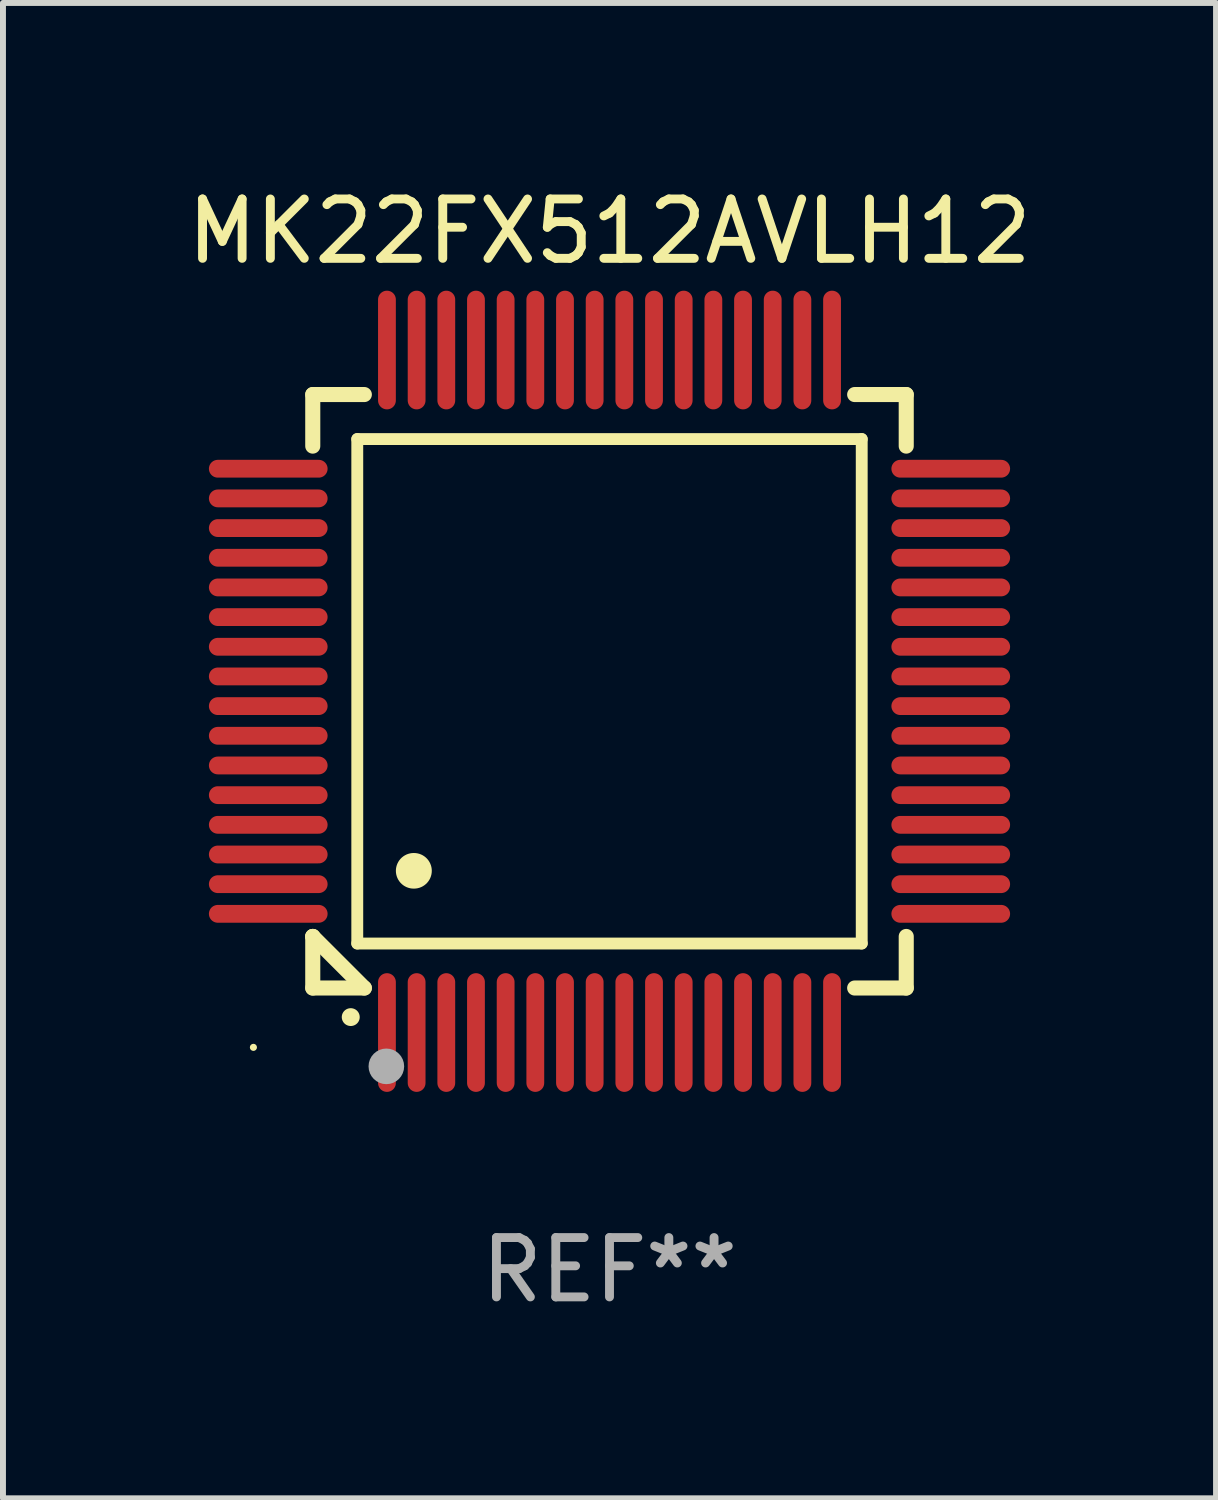
<source format=kicad_pcb>
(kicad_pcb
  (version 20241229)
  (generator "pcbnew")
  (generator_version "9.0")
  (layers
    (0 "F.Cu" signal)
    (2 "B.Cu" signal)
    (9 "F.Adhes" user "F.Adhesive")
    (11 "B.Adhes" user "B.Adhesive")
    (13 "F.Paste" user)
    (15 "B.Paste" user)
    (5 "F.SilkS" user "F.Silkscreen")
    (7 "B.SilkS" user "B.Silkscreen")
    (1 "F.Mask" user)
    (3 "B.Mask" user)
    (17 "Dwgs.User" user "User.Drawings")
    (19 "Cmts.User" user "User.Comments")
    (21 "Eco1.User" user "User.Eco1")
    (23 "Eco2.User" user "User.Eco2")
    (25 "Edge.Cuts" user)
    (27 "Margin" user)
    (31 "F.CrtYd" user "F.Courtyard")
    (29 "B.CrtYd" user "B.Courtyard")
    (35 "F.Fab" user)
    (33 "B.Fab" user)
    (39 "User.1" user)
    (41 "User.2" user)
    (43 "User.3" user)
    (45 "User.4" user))
  (footprint "MK22FX512AVLH12"
    (layer "F.Cu")
    (at 7.22 8.598)
    (property "Reference" "MK22FX512AVLH12" (at 0 -7.75 0) (layer "F.SilkS") (effects (font (size 1 1) (thickness 0.15))))
    (attr through_hole)
    (fp_line (start -5 -5) (end -4.131 -5) (stroke (width 0.254) (type solid)) (layer "F.SilkS"))
    (fp_line (start -5 -4.131) (end -5 -5) (stroke (width 0.254) (type solid)) (layer "F.SilkS"))
    (fp_line (start -5 4.131) (end -5 4.131) (stroke (width 0.254) (type solid)) (layer "F.SilkS"))
    (fp_line (start -5 5) (end -5 4.131) (stroke (width 0.254) (type solid)) (layer "F.SilkS"))
    (fp_line (start -5 4.131) (end -4.131 5) (stroke (width 0.254) (type solid)) (layer "F.SilkS"))
    (fp_line (start -4.25 -4.25) (end -4.25 4.25) (stroke (width 0.2) (type solid)) (layer "F.SilkS"))
    (fp_line (start -4.25 4.25) (end 4.25 4.25) (stroke (width 0.2) (type solid)) (layer "F.SilkS"))
    (fp_line (start -4.131 5) (end -5 5) (stroke (width 0.254) (type solid)) (layer "F.SilkS"))
    (fp_line (start 4.25 -4.25) (end -4.25 -4.25) (stroke (width 0.2) (type solid)) (layer "F.SilkS"))
    (fp_line (start 4.25 4.25) (end 4.25 -4.25) (stroke (width 0.2) (type solid)) (layer "F.SilkS"))
    (fp_line (start 5 -5) (end 4.131 -5) (stroke (width 0.254) (type solid)) (layer "F.SilkS"))
    (fp_line (start 5 -5) (end 5 -4.131) (stroke (width 0.254) (type solid)) (layer "F.SilkS"))
    (fp_line (start 5 4.131) (end 5 5) (stroke (width 0.254) (type solid)) (layer "F.SilkS"))
    (fp_line (start 5 5) (end 4.131 5) (stroke (width 0.254) (type solid)) (layer "F.SilkS"))
    (fp_arc (start -4.361265 5.489992) (mid -4.359995 5.489987) (end -4.358725 5.489992) (stroke (width 0.3) (type solid)) (layer "F.SilkS"))
    (fp_arc (start -3.299467 3.025146) (mid -3.296927 3.025135) (end -3.294387 3.025146) (stroke (width 0.6) (type solid)) (layer "F.SilkS"))
    (fp_circle (center -6 6) (end -5.97 6) (stroke (width 0.06) (type solid)) (fill no) (layer "F.SilkS"))
    (fp_circle (center -3.76 6.32) (end -3.61 6.32) (stroke (width 0.3) (type solid)) (fill no) (layer "F.Fab"))
    (fp_text user "REF**" (at 0 9.75 0) (layer "F.Fab") (effects (font (size 1 1) (thickness 0.15))))
    (pad "1" smd oval (at -3.75 5.75) (size 0.3 2) (layers "F.Cu" "F.Mask" "F.Paste"))
    (pad "2" smd oval (at -3.25 5.75) (size 0.3 2) (layers "F.Cu" "F.Mask" "F.Paste"))
    (pad "3" smd oval (at -2.75 5.75) (size 0.3 2) (layers "F.Cu" "F.Mask" "F.Paste"))
    (pad "4" smd oval (at -2.25 5.75) (size 0.3 2) (layers "F.Cu" "F.Mask" "F.Paste"))
    (pad "5" smd oval (at -1.75 5.75) (size 0.3 2) (layers "F.Cu" "F.Mask" "F.Paste"))
    (pad "6" smd oval (at -1.25 5.75) (size 0.3 2) (layers "F.Cu" "F.Mask" "F.Paste"))
    (pad "7" smd oval (at -0.75 5.75) (size 0.3 2) (layers "F.Cu" "F.Mask" "F.Paste"))
    (pad "8" smd oval (at -0.25 5.75) (size 0.3 2) (layers "F.Cu" "F.Mask" "F.Paste"))
    (pad "9" smd oval (at 0.25 5.75) (size 0.3 2) (layers "F.Cu" "F.Mask" "F.Paste"))
    (pad "10" smd oval (at 0.75 5.75) (size 0.3 2) (layers "F.Cu" "F.Mask" "F.Paste"))
    (pad "11" smd oval (at 1.25 5.75) (size 0.3 2) (layers "F.Cu" "F.Mask" "F.Paste"))
    (pad "12" smd oval (at 1.75 5.75) (size 0.3 2) (layers "F.Cu" "F.Mask" "F.Paste"))
    (pad "13" smd oval (at 2.25 5.75) (size 0.3 2) (layers "F.Cu" "F.Mask" "F.Paste"))
    (pad "14" smd oval (at 2.75 5.75) (size 0.3 2) (layers "F.Cu" "F.Mask" "F.Paste"))
    (pad "15" smd oval (at 3.25 5.75) (size 0.3 2) (layers "F.Cu" "F.Mask" "F.Paste"))
    (pad "16" smd oval (at 3.75 5.75) (size 0.3 2) (layers "F.Cu" "F.Mask" "F.Paste"))
    (pad "17" smd oval (at 5.75 3.75) (size 2 0.3) (layers "F.Cu" "F.Mask" "F.Paste"))
    (pad "18" smd oval (at 5.75 3.25) (size 2 0.3) (layers "F.Cu" "F.Mask" "F.Paste"))
    (pad "19" smd oval (at 5.75 2.75) (size 2 0.3) (layers "F.Cu" "F.Mask" "F.Paste"))
    (pad "20" smd oval (at 5.75 2.25) (size 2 0.3) (layers "F.Cu" "F.Mask" "F.Paste"))
    (pad "21" smd oval (at 5.75 1.75) (size 2 0.3) (layers "F.Cu" "F.Mask" "F.Paste"))
    (pad "22" smd oval (at 5.75 1.25) (size 2 0.3) (layers "F.Cu" "F.Mask" "F.Paste"))
    (pad "23" smd oval (at 5.75 0.75) (size 2 0.3) (layers "F.Cu" "F.Mask" "F.Paste"))
    (pad "24" smd oval (at 5.75 0.25) (size 2 0.3) (layers "F.Cu" "F.Mask" "F.Paste"))
    (pad "25" smd oval (at 5.75 -0.25) (size 2 0.3) (layers "F.Cu" "F.Mask" "F.Paste"))
    (pad "26" smd oval (at 5.75 -0.75) (size 2 0.3) (layers "F.Cu" "F.Mask" "F.Paste"))
    (pad "27" smd oval (at 5.75 -1.25) (size 2 0.3) (layers "F.Cu" "F.Mask" "F.Paste"))
    (pad "28" smd oval (at 5.75 -1.75) (size 2 0.3) (layers "F.Cu" "F.Mask" "F.Paste"))
    (pad "29" smd oval (at 5.75 -2.25) (size 2 0.3) (layers "F.Cu" "F.Mask" "F.Paste"))
    (pad "30" smd oval (at 5.75 -2.75) (size 2 0.3) (layers "F.Cu" "F.Mask" "F.Paste"))
    (pad "31" smd oval (at 5.75 -3.25) (size 2 0.3) (layers "F.Cu" "F.Mask" "F.Paste"))
    (pad "32" smd oval (at 5.75 -3.75) (size 2 0.3) (layers "F.Cu" "F.Mask" "F.Paste"))
    (pad "33" smd oval (at 3.75 -5.75) (size 0.3 2) (layers "F.Cu" "F.Mask" "F.Paste"))
    (pad "34" smd oval (at 3.25 -5.75) (size 0.3 2) (layers "F.Cu" "F.Mask" "F.Paste"))
    (pad "35" smd oval (at 2.75 -5.75) (size 0.3 2) (layers "F.Cu" "F.Mask" "F.Paste"))
    (pad "36" smd oval (at 2.25 -5.75) (size 0.3 2) (layers "F.Cu" "F.Mask" "F.Paste"))
    (pad "37" smd oval (at 1.75 -5.75) (size 0.3 2) (layers "F.Cu" "F.Mask" "F.Paste"))
    (pad "38" smd oval (at 1.25 -5.75) (size 0.3 2) (layers "F.Cu" "F.Mask" "F.Paste"))
    (pad "39" smd oval (at 0.75 -5.75) (size 0.3 2) (layers "F.Cu" "F.Mask" "F.Paste"))
    (pad "40" smd oval (at 0.25 -5.75) (size 0.3 2) (layers "F.Cu" "F.Mask" "F.Paste"))
    (pad "41" smd oval (at -0.25 -5.75) (size 0.3 2) (layers "F.Cu" "F.Mask" "F.Paste"))
    (pad "42" smd oval (at -0.75 -5.75) (size 0.3 2) (layers "F.Cu" "F.Mask" "F.Paste"))
    (pad "43" smd oval (at -1.25 -5.75) (size 0.3 2) (layers "F.Cu" "F.Mask" "F.Paste"))
    (pad "44" smd oval (at -1.75 -5.75) (size 0.3 2) (layers "F.Cu" "F.Mask" "F.Paste"))
    (pad "45" smd oval (at -2.25 -5.75) (size 0.3 2) (layers "F.Cu" "F.Mask" "F.Paste"))
    (pad "46" smd oval (at -2.75 -5.75) (size 0.3 2) (layers "F.Cu" "F.Mask" "F.Paste"))
    (pad "47" smd oval (at -3.25 -5.75) (size 0.3 2) (layers "F.Cu" "F.Mask" "F.Paste"))
    (pad "48" smd oval (at -3.75 -5.75) (size 0.3 2) (layers "F.Cu" "F.Mask" "F.Paste"))
    (pad "49" smd oval (at -5.75 -3.75) (size 2 0.3) (layers "F.Cu" "F.Mask" "F.Paste"))
    (pad "50" smd oval (at -5.75 -3.25) (size 2 0.3) (layers "F.Cu" "F.Mask" "F.Paste"))
    (pad "51" smd oval (at -5.75 -2.75) (size 2 0.3) (layers "F.Cu" "F.Mask" "F.Paste"))
    (pad "52" smd oval (at -5.75 -2.25) (size 2 0.3) (layers "F.Cu" "F.Mask" "F.Paste"))
    (pad "53" smd oval (at -5.75 -1.75) (size 2 0.3) (layers "F.Cu" "F.Mask" "F.Paste"))
    (pad "54" smd oval (at -5.75 -1.25) (size 2 0.3) (layers "F.Cu" "F.Mask" "F.Paste"))
    (pad "55" smd oval (at -5.75 -0.75) (size 2 0.3) (layers "F.Cu" "F.Mask" "F.Paste"))
    (pad "56" smd oval (at -5.75 -0.25) (size 2 0.3) (layers "F.Cu" "F.Mask" "F.Paste"))
    (pad "57" smd oval (at -5.75 0.25) (size 2 0.3) (layers "F.Cu" "F.Mask" "F.Paste"))
    (pad "58" smd oval (at -5.75 0.75) (size 2 0.3) (layers "F.Cu" "F.Mask" "F.Paste"))
    (pad "59" smd oval (at -5.75 1.25) (size 2 0.3) (layers "F.Cu" "F.Mask" "F.Paste"))
    (pad "60" smd oval (at -5.75 1.75) (size 2 0.3) (layers "F.Cu" "F.Mask" "F.Paste"))
    (pad "61" smd oval (at -5.75 2.25) (size 2 0.3) (layers "F.Cu" "F.Mask" "F.Paste"))
    (pad "62" smd oval (at -5.75 2.75) (size 2 0.3) (layers "F.Cu" "F.Mask" "F.Paste"))
    (pad "63" smd oval (at -5.75 3.25) (size 2 0.3) (layers "F.Cu" "F.Mask" "F.Paste"))
    (pad "64" smd oval (at -5.75 3.75) (size 2 0.3) (layers "F.Cu" "F.Mask" "F.Paste")))
  (gr_rect
    (start -3 -3)
    (end 17.44 22.196)
    (stroke (width 0.1) (type default))
    (fill no)
    (layer "Edge.Cuts")))
</source>
